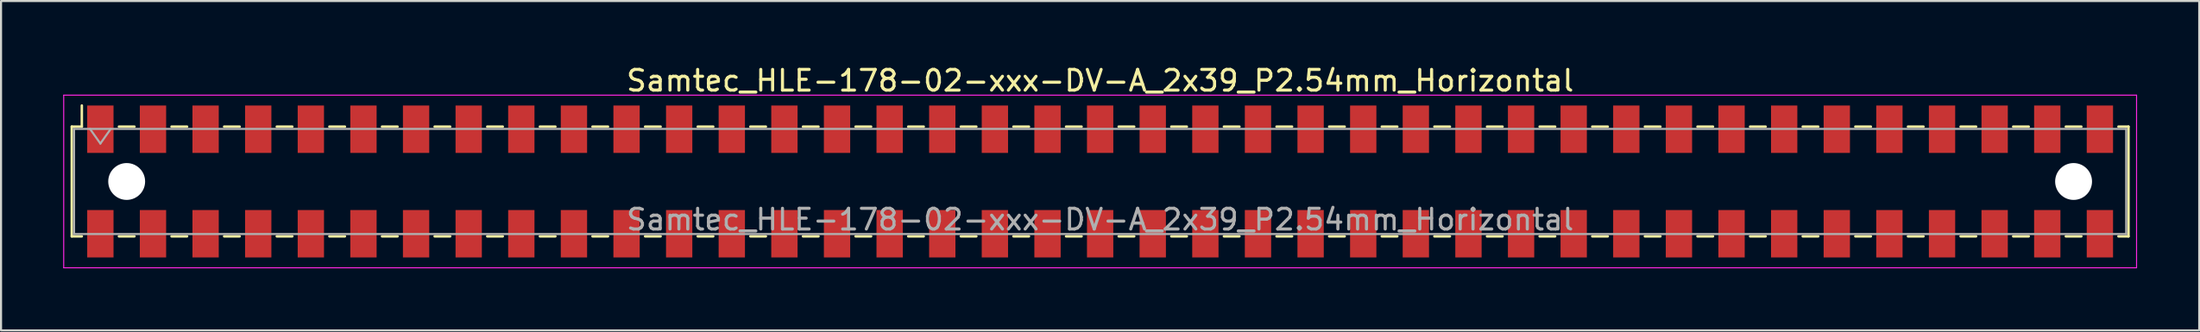
<source format=kicad_pcb>
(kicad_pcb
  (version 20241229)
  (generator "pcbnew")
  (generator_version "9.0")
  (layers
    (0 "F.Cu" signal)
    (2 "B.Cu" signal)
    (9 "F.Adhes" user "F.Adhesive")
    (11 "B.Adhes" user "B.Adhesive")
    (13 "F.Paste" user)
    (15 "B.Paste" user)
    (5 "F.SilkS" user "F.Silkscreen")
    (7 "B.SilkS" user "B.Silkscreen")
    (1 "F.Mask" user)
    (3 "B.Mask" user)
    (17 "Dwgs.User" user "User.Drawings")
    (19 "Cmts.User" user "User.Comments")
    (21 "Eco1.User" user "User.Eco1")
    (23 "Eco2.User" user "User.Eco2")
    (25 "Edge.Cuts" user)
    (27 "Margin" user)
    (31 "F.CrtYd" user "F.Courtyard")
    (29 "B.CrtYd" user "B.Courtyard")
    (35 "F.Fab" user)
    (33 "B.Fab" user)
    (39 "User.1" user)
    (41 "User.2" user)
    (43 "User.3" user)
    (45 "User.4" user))
  (footprint "Samtec_HLE-178-02-xxx-DV-A_2x39_P2.54mm_Horizontal"
    (layer "F.Cu")
    (at 50.055 5.718)
    (property "Reference" "Samtec_HLE-178-02-xxx-DV-A_2x39_P2.54mm_Horizontal" (at 0 -4.87 0) (layer "F.SilkS") (effects (font (size 1 1) (thickness 0.15))))
    (attr smd)
    (fp_line (start -49.64 -2.65) (end -49.64 2.65) (stroke (width 0.12) (type solid)) (layer "F.SilkS"))
    (fp_line (start -49.64 2.65) (end -49.155 2.65) (stroke (width 0.12) (type solid)) (layer "F.SilkS"))
    (fp_line (start -49.155 -3.67) (end -49.155 -2.65) (stroke (width 0.12) (type solid)) (layer "F.SilkS"))
    (fp_line (start -49.155 -2.65) (end -49.64 -2.65) (stroke (width 0.12) (type solid)) (layer "F.SilkS"))
    (fp_line (start -47.365 -2.65) (end -46.615 -2.65) (stroke (width 0.12) (type solid)) (layer "F.SilkS"))
    (fp_line (start -47.365 2.65) (end -46.615 2.65) (stroke (width 0.12) (type solid)) (layer "F.SilkS"))
    (fp_line (start -44.825 -2.65) (end -44.075 -2.65) (stroke (width 0.12) (type solid)) (layer "F.SilkS"))
    (fp_line (start -44.825 2.65) (end -44.075 2.65) (stroke (width 0.12) (type solid)) (layer "F.SilkS"))
    (fp_line (start -42.285 -2.65) (end -41.535 -2.65) (stroke (width 0.12) (type solid)) (layer "F.SilkS"))
    (fp_line (start -42.285 2.65) (end -41.535 2.65) (stroke (width 0.12) (type solid)) (layer "F.SilkS"))
    (fp_line (start -39.745 -2.65) (end -38.995 -2.65) (stroke (width 0.12) (type solid)) (layer "F.SilkS"))
    (fp_line (start -39.745 2.65) (end -38.995 2.65) (stroke (width 0.12) (type solid)) (layer "F.SilkS"))
    (fp_line (start -37.205 -2.65) (end -36.455 -2.65) (stroke (width 0.12) (type solid)) (layer "F.SilkS"))
    (fp_line (start -37.205 2.65) (end -36.455 2.65) (stroke (width 0.12) (type solid)) (layer "F.SilkS"))
    (fp_line (start -34.665 -2.65) (end -33.915 -2.65) (stroke (width 0.12) (type solid)) (layer "F.SilkS"))
    (fp_line (start -34.665 2.65) (end -33.915 2.65) (stroke (width 0.12) (type solid)) (layer "F.SilkS"))
    (fp_line (start -32.125 -2.65) (end -31.375 -2.65) (stroke (width 0.12) (type solid)) (layer "F.SilkS"))
    (fp_line (start -32.125 2.65) (end -31.375 2.65) (stroke (width 0.12) (type solid)) (layer "F.SilkS"))
    (fp_line (start -29.585 -2.65) (end -28.835 -2.65) (stroke (width 0.12) (type solid)) (layer "F.SilkS"))
    (fp_line (start -29.585 2.65) (end -28.835 2.65) (stroke (width 0.12) (type solid)) (layer "F.SilkS"))
    (fp_line (start -27.045 -2.65) (end -26.295 -2.65) (stroke (width 0.12) (type solid)) (layer "F.SilkS"))
    (fp_line (start -27.045 2.65) (end -26.295 2.65) (stroke (width 0.12) (type solid)) (layer "F.SilkS"))
    (fp_line (start -24.505 -2.65) (end -23.755 -2.65) (stroke (width 0.12) (type solid)) (layer "F.SilkS"))
    (fp_line (start -24.505 2.65) (end -23.755 2.65) (stroke (width 0.12) (type solid)) (layer "F.SilkS"))
    (fp_line (start -21.965 -2.65) (end -21.215 -2.65) (stroke (width 0.12) (type solid)) (layer "F.SilkS"))
    (fp_line (start -21.965 2.65) (end -21.215 2.65) (stroke (width 0.12) (type solid)) (layer "F.SilkS"))
    (fp_line (start -19.425 -2.65) (end -18.675 -2.65) (stroke (width 0.12) (type solid)) (layer "F.SilkS"))
    (fp_line (start -19.425 2.65) (end -18.675 2.65) (stroke (width 0.12) (type solid)) (layer "F.SilkS"))
    (fp_line (start -16.885 -2.65) (end -16.135 -2.65) (stroke (width 0.12) (type solid)) (layer "F.SilkS"))
    (fp_line (start -16.885 2.65) (end -16.135 2.65) (stroke (width 0.12) (type solid)) (layer "F.SilkS"))
    (fp_line (start -14.345 -2.65) (end -13.595 -2.65) (stroke (width 0.12) (type solid)) (layer "F.SilkS"))
    (fp_line (start -14.345 2.65) (end -13.595 2.65) (stroke (width 0.12) (type solid)) (layer "F.SilkS"))
    (fp_line (start -11.805 -2.65) (end -11.055 -2.65) (stroke (width 0.12) (type solid)) (layer "F.SilkS"))
    (fp_line (start -11.805 2.65) (end -11.055 2.65) (stroke (width 0.12) (type solid)) (layer "F.SilkS"))
    (fp_line (start -9.265 -2.65) (end -8.515 -2.65) (stroke (width 0.12) (type solid)) (layer "F.SilkS"))
    (fp_line (start -9.265 2.65) (end -8.515 2.65) (stroke (width 0.12) (type solid)) (layer "F.SilkS"))
    (fp_line (start -6.725 -2.65) (end -5.975 -2.65) (stroke (width 0.12) (type solid)) (layer "F.SilkS"))
    (fp_line (start -6.725 2.65) (end -5.975 2.65) (stroke (width 0.12) (type solid)) (layer "F.SilkS"))
    (fp_line (start -4.185 -2.65) (end -3.435 -2.65) (stroke (width 0.12) (type solid)) (layer "F.SilkS"))
    (fp_line (start -4.185 2.65) (end -3.435 2.65) (stroke (width 0.12) (type solid)) (layer "F.SilkS"))
    (fp_line (start -1.645 -2.65) (end -0.895 -2.65) (stroke (width 0.12) (type solid)) (layer "F.SilkS"))
    (fp_line (start -1.645 2.65) (end -0.895 2.65) (stroke (width 0.12) (type solid)) (layer "F.SilkS"))
    (fp_line (start 0.895 -2.65) (end 1.645 -2.65) (stroke (width 0.12) (type solid)) (layer "F.SilkS"))
    (fp_line (start 0.895 2.65) (end 1.645 2.65) (stroke (width 0.12) (type solid)) (layer "F.SilkS"))
    (fp_line (start 3.435 -2.65) (end 4.185 -2.65) (stroke (width 0.12) (type solid)) (layer "F.SilkS"))
    (fp_line (start 3.435 2.65) (end 4.185 2.65) (stroke (width 0.12) (type solid)) (layer "F.SilkS"))
    (fp_line (start 5.975 -2.65) (end 6.725 -2.65) (stroke (width 0.12) (type solid)) (layer "F.SilkS"))
    (fp_line (start 5.975 2.65) (end 6.725 2.65) (stroke (width 0.12) (type solid)) (layer "F.SilkS"))
    (fp_line (start 8.515 -2.65) (end 9.265 -2.65) (stroke (width 0.12) (type solid)) (layer "F.SilkS"))
    (fp_line (start 8.515 2.65) (end 9.265 2.65) (stroke (width 0.12) (type solid)) (layer "F.SilkS"))
    (fp_line (start 11.055 -2.65) (end 11.805 -2.65) (stroke (width 0.12) (type solid)) (layer "F.SilkS"))
    (fp_line (start 11.055 2.65) (end 11.805 2.65) (stroke (width 0.12) (type solid)) (layer "F.SilkS"))
    (fp_line (start 13.595 -2.65) (end 14.345 -2.65) (stroke (width 0.12) (type solid)) (layer "F.SilkS"))
    (fp_line (start 13.595 2.65) (end 14.345 2.65) (stroke (width 0.12) (type solid)) (layer "F.SilkS"))
    (fp_line (start 16.135 -2.65) (end 16.885 -2.65) (stroke (width 0.12) (type solid)) (layer "F.SilkS"))
    (fp_line (start 16.135 2.65) (end 16.885 2.65) (stroke (width 0.12) (type solid)) (layer "F.SilkS"))
    (fp_line (start 18.675 -2.65) (end 19.425 -2.65) (stroke (width 0.12) (type solid)) (layer "F.SilkS"))
    (fp_line (start 18.675 2.65) (end 19.425 2.65) (stroke (width 0.12) (type solid)) (layer "F.SilkS"))
    (fp_line (start 21.215 -2.65) (end 21.965 -2.65) (stroke (width 0.12) (type solid)) (layer "F.SilkS"))
    (fp_line (start 21.215 2.65) (end 21.965 2.65) (stroke (width 0.12) (type solid)) (layer "F.SilkS"))
    (fp_line (start 23.755 -2.65) (end 24.505 -2.65) (stroke (width 0.12) (type solid)) (layer "F.SilkS"))
    (fp_line (start 23.755 2.65) (end 24.505 2.65) (stroke (width 0.12) (type solid)) (layer "F.SilkS"))
    (fp_line (start 26.295 -2.65) (end 27.045 -2.65) (stroke (width 0.12) (type solid)) (layer "F.SilkS"))
    (fp_line (start 26.295 2.65) (end 27.045 2.65) (stroke (width 0.12) (type solid)) (layer "F.SilkS"))
    (fp_line (start 28.835 -2.65) (end 29.585 -2.65) (stroke (width 0.12) (type solid)) (layer "F.SilkS"))
    (fp_line (start 28.835 2.65) (end 29.585 2.65) (stroke (width 0.12) (type solid)) (layer "F.SilkS"))
    (fp_line (start 31.375 -2.65) (end 32.125 -2.65) (stroke (width 0.12) (type solid)) (layer "F.SilkS"))
    (fp_line (start 31.375 2.65) (end 32.125 2.65) (stroke (width 0.12) (type solid)) (layer "F.SilkS"))
    (fp_line (start 33.915 -2.65) (end 34.665 -2.65) (stroke (width 0.12) (type solid)) (layer "F.SilkS"))
    (fp_line (start 33.915 2.65) (end 34.665 2.65) (stroke (width 0.12) (type solid)) (layer "F.SilkS"))
    (fp_line (start 36.455 -2.65) (end 37.205 -2.65) (stroke (width 0.12) (type solid)) (layer "F.SilkS"))
    (fp_line (start 36.455 2.65) (end 37.205 2.65) (stroke (width 0.12) (type solid)) (layer "F.SilkS"))
    (fp_line (start 38.995 -2.65) (end 39.745 -2.65) (stroke (width 0.12) (type solid)) (layer "F.SilkS"))
    (fp_line (start 38.995 2.65) (end 39.745 2.65) (stroke (width 0.12) (type solid)) (layer "F.SilkS"))
    (fp_line (start 41.535 -2.65) (end 42.285 -2.65) (stroke (width 0.12) (type solid)) (layer "F.SilkS"))
    (fp_line (start 41.535 2.65) (end 42.285 2.65) (stroke (width 0.12) (type solid)) (layer "F.SilkS"))
    (fp_line (start 44.075 -2.65) (end 44.825 -2.65) (stroke (width 0.12) (type solid)) (layer "F.SilkS"))
    (fp_line (start 44.075 2.65) (end 44.825 2.65) (stroke (width 0.12) (type solid)) (layer "F.SilkS"))
    (fp_line (start 46.615 -2.65) (end 47.365 -2.65) (stroke (width 0.12) (type solid)) (layer "F.SilkS"))
    (fp_line (start 46.615 2.65) (end 47.365 2.65) (stroke (width 0.12) (type solid)) (layer "F.SilkS"))
    (fp_line (start 49.155 -2.65) (end 49.64 -2.65) (stroke (width 0.12) (type solid)) (layer "F.SilkS"))
    (fp_line (start 49.64 -2.65) (end 49.64 2.65) (stroke (width 0.12) (type solid)) (layer "F.SilkS"))
    (fp_line (start 49.64 2.65) (end 49.155 2.65) (stroke (width 0.12) (type solid)) (layer "F.SilkS"))
    (fp_line (start -50.03 -4.17) (end 50.03 -4.17) (stroke (width 0.05) (type solid)) (layer "F.CrtYd"))
    (fp_line (start -50.03 4.17) (end -50.03 -4.17) (stroke (width 0.05) (type solid)) (layer "F.CrtYd"))
    (fp_line (start 50.03 -4.17) (end 50.03 4.17) (stroke (width 0.05) (type solid)) (layer "F.CrtYd"))
    (fp_line (start 50.03 4.17) (end -50.03 4.17) (stroke (width 0.05) (type solid)) (layer "F.CrtYd"))
    (fp_line (start -49.53 -2.54) (end 49.53 -2.54) (stroke (width 0.1) (type solid)) (layer "F.Fab"))
    (fp_line (start -49.53 2.54) (end -49.53 -2.54) (stroke (width 0.1) (type solid)) (layer "F.Fab"))
    (fp_line (start -48.76 -2.54) (end -48.26 -1.833) (stroke (width 0.1) (type solid)) (layer "F.Fab"))
    (fp_line (start -48.26 -1.833) (end -47.76 -2.54) (stroke (width 0.1) (type solid)) (layer "F.Fab"))
    (fp_line (start 49.53 -2.54) (end 49.53 2.54) (stroke (width 0.1) (type solid)) (layer "F.Fab"))
    (fp_line (start 49.53 2.54) (end -49.53 2.54) (stroke (width 0.1) (type solid)) (layer "F.Fab"))
    (fp_text user "${REFERENCE}" (at 0 1.84 0) (layer "F.Fab") (effects (font (size 1 1) (thickness 0.15))))
    (pad "" np_thru_hole circle (at -46.99 0) (size 1.78 1.78) (drill 1.78) (layers "*.Cu" "*.Mask"))
    (pad "" np_thru_hole circle (at 46.99 0) (size 1.78 1.78) (drill 1.78) (layers "*.Cu" "*.Mask"))
    (pad "1" smd rect (at -48.26 -2.525) (size 1.27 2.29) (layers "F.Cu" "F.Mask" "F.Paste"))
    (pad "2" smd rect (at -48.26 2.525) (size 1.27 2.29) (layers "F.Cu" "F.Mask" "F.Paste"))
    (pad "3" smd rect (at -45.72 -2.525) (size 1.27 2.29) (layers "F.Cu" "F.Mask" "F.Paste"))
    (pad "4" smd rect (at -45.72 2.525) (size 1.27 2.29) (layers "F.Cu" "F.Mask" "F.Paste"))
    (pad "5" smd rect (at -43.18 -2.525) (size 1.27 2.29) (layers "F.Cu" "F.Mask" "F.Paste"))
    (pad "6" smd rect (at -43.18 2.525) (size 1.27 2.29) (layers "F.Cu" "F.Mask" "F.Paste"))
    (pad "7" smd rect (at -40.64 -2.525) (size 1.27 2.29) (layers "F.Cu" "F.Mask" "F.Paste"))
    (pad "8" smd rect (at -40.64 2.525) (size 1.27 2.29) (layers "F.Cu" "F.Mask" "F.Paste"))
    (pad "9" smd rect (at -38.1 -2.525) (size 1.27 2.29) (layers "F.Cu" "F.Mask" "F.Paste"))
    (pad "10" smd rect (at -38.1 2.525) (size 1.27 2.29) (layers "F.Cu" "F.Mask" "F.Paste"))
    (pad "11" smd rect (at -35.56 -2.525) (size 1.27 2.29) (layers "F.Cu" "F.Mask" "F.Paste"))
    (pad "12" smd rect (at -35.56 2.525) (size 1.27 2.29) (layers "F.Cu" "F.Mask" "F.Paste"))
    (pad "13" smd rect (at -33.02 -2.525) (size 1.27 2.29) (layers "F.Cu" "F.Mask" "F.Paste"))
    (pad "14" smd rect (at -33.02 2.525) (size 1.27 2.29) (layers "F.Cu" "F.Mask" "F.Paste"))
    (pad "15" smd rect (at -30.48 -2.525) (size 1.27 2.29) (layers "F.Cu" "F.Mask" "F.Paste"))
    (pad "16" smd rect (at -30.48 2.525) (size 1.27 2.29) (layers "F.Cu" "F.Mask" "F.Paste"))
    (pad "17" smd rect (at -27.94 -2.525) (size 1.27 2.29) (layers "F.Cu" "F.Mask" "F.Paste"))
    (pad "18" smd rect (at -27.94 2.525) (size 1.27 2.29) (layers "F.Cu" "F.Mask" "F.Paste"))
    (pad "19" smd rect (at -25.4 -2.525) (size 1.27 2.29) (layers "F.Cu" "F.Mask" "F.Paste"))
    (pad "20" smd rect (at -25.4 2.525) (size 1.27 2.29) (layers "F.Cu" "F.Mask" "F.Paste"))
    (pad "21" smd rect (at -22.86 -2.525) (size 1.27 2.29) (layers "F.Cu" "F.Mask" "F.Paste"))
    (pad "22" smd rect (at -22.86 2.525) (size 1.27 2.29) (layers "F.Cu" "F.Mask" "F.Paste"))
    (pad "23" smd rect (at -20.32 -2.525) (size 1.27 2.29) (layers "F.Cu" "F.Mask" "F.Paste"))
    (pad "24" smd rect (at -20.32 2.525) (size 1.27 2.29) (layers "F.Cu" "F.Mask" "F.Paste"))
    (pad "25" smd rect (at -17.78 -2.525) (size 1.27 2.29) (layers "F.Cu" "F.Mask" "F.Paste"))
    (pad "26" smd rect (at -17.78 2.525) (size 1.27 2.29) (layers "F.Cu" "F.Mask" "F.Paste"))
    (pad "27" smd rect (at -15.24 -2.525) (size 1.27 2.29) (layers "F.Cu" "F.Mask" "F.Paste"))
    (pad "28" smd rect (at -15.24 2.525) (size 1.27 2.29) (layers "F.Cu" "F.Mask" "F.Paste"))
    (pad "29" smd rect (at -12.7 -2.525) (size 1.27 2.29) (layers "F.Cu" "F.Mask" "F.Paste"))
    (pad "30" smd rect (at -12.7 2.525) (size 1.27 2.29) (layers "F.Cu" "F.Mask" "F.Paste"))
    (pad "31" smd rect (at -10.16 -2.525) (size 1.27 2.29) (layers "F.Cu" "F.Mask" "F.Paste"))
    (pad "32" smd rect (at -10.16 2.525) (size 1.27 2.29) (layers "F.Cu" "F.Mask" "F.Paste"))
    (pad "33" smd rect (at -7.62 -2.525) (size 1.27 2.29) (layers "F.Cu" "F.Mask" "F.Paste"))
    (pad "34" smd rect (at -7.62 2.525) (size 1.27 2.29) (layers "F.Cu" "F.Mask" "F.Paste"))
    (pad "35" smd rect (at -5.08 -2.525) (size 1.27 2.29) (layers "F.Cu" "F.Mask" "F.Paste"))
    (pad "36" smd rect (at -5.08 2.525) (size 1.27 2.29) (layers "F.Cu" "F.Mask" "F.Paste"))
    (pad "37" smd rect (at -2.54 -2.525) (size 1.27 2.29) (layers "F.Cu" "F.Mask" "F.Paste"))
    (pad "38" smd rect (at -2.54 2.525) (size 1.27 2.29) (layers "F.Cu" "F.Mask" "F.Paste"))
    (pad "39" smd rect (at 0 -2.525) (size 1.27 2.29) (layers "F.Cu" "F.Mask" "F.Paste"))
    (pad "40" smd rect (at 0 2.525) (size 1.27 2.29) (layers "F.Cu" "F.Mask" "F.Paste"))
    (pad "41" smd rect (at 2.54 -2.525) (size 1.27 2.29) (layers "F.Cu" "F.Mask" "F.Paste"))
    (pad "42" smd rect (at 2.54 2.525) (size 1.27 2.29) (layers "F.Cu" "F.Mask" "F.Paste"))
    (pad "43" smd rect (at 5.08 -2.525) (size 1.27 2.29) (layers "F.Cu" "F.Mask" "F.Paste"))
    (pad "44" smd rect (at 5.08 2.525) (size 1.27 2.29) (layers "F.Cu" "F.Mask" "F.Paste"))
    (pad "45" smd rect (at 7.62 -2.525) (size 1.27 2.29) (layers "F.Cu" "F.Mask" "F.Paste"))
    (pad "46" smd rect (at 7.62 2.525) (size 1.27 2.29) (layers "F.Cu" "F.Mask" "F.Paste"))
    (pad "47" smd rect (at 10.16 -2.525) (size 1.27 2.29) (layers "F.Cu" "F.Mask" "F.Paste"))
    (pad "48" smd rect (at 10.16 2.525) (size 1.27 2.29) (layers "F.Cu" "F.Mask" "F.Paste"))
    (pad "49" smd rect (at 12.7 -2.525) (size 1.27 2.29) (layers "F.Cu" "F.Mask" "F.Paste"))
    (pad "50" smd rect (at 12.7 2.525) (size 1.27 2.29) (layers "F.Cu" "F.Mask" "F.Paste"))
    (pad "51" smd rect (at 15.24 -2.525) (size 1.27 2.29) (layers "F.Cu" "F.Mask" "F.Paste"))
    (pad "52" smd rect (at 15.24 2.525) (size 1.27 2.29) (layers "F.Cu" "F.Mask" "F.Paste"))
    (pad "53" smd rect (at 17.78 -2.525) (size 1.27 2.29) (layers "F.Cu" "F.Mask" "F.Paste"))
    (pad "54" smd rect (at 17.78 2.525) (size 1.27 2.29) (layers "F.Cu" "F.Mask" "F.Paste"))
    (pad "55" smd rect (at 20.32 -2.525) (size 1.27 2.29) (layers "F.Cu" "F.Mask" "F.Paste"))
    (pad "56" smd rect (at 20.32 2.525) (size 1.27 2.29) (layers "F.Cu" "F.Mask" "F.Paste"))
    (pad "57" smd rect (at 22.86 -2.525) (size 1.27 2.29) (layers "F.Cu" "F.Mask" "F.Paste"))
    (pad "58" smd rect (at 22.86 2.525) (size 1.27 2.29) (layers "F.Cu" "F.Mask" "F.Paste"))
    (pad "59" smd rect (at 25.4 -2.525) (size 1.27 2.29) (layers "F.Cu" "F.Mask" "F.Paste"))
    (pad "60" smd rect (at 25.4 2.525) (size 1.27 2.29) (layers "F.Cu" "F.Mask" "F.Paste"))
    (pad "61" smd rect (at 27.94 -2.525) (size 1.27 2.29) (layers "F.Cu" "F.Mask" "F.Paste"))
    (pad "62" smd rect (at 27.94 2.525) (size 1.27 2.29) (layers "F.Cu" "F.Mask" "F.Paste"))
    (pad "63" smd rect (at 30.48 -2.525) (size 1.27 2.29) (layers "F.Cu" "F.Mask" "F.Paste"))
    (pad "64" smd rect (at 30.48 2.525) (size 1.27 2.29) (layers "F.Cu" "F.Mask" "F.Paste"))
    (pad "65" smd rect (at 33.02 -2.525) (size 1.27 2.29) (layers "F.Cu" "F.Mask" "F.Paste"))
    (pad "66" smd rect (at 33.02 2.525) (size 1.27 2.29) (layers "F.Cu" "F.Mask" "F.Paste"))
    (pad "67" smd rect (at 35.56 -2.525) (size 1.27 2.29) (layers "F.Cu" "F.Mask" "F.Paste"))
    (pad "68" smd rect (at 35.56 2.525) (size 1.27 2.29) (layers "F.Cu" "F.Mask" "F.Paste"))
    (pad "69" smd rect (at 38.1 -2.525) (size 1.27 2.29) (layers "F.Cu" "F.Mask" "F.Paste"))
    (pad "70" smd rect (at 38.1 2.525) (size 1.27 2.29) (layers "F.Cu" "F.Mask" "F.Paste"))
    (pad "71" smd rect (at 40.64 -2.525) (size 1.27 2.29) (layers "F.Cu" "F.Mask" "F.Paste"))
    (pad "72" smd rect (at 40.64 2.525) (size 1.27 2.29) (layers "F.Cu" "F.Mask" "F.Paste"))
    (pad "73" smd rect (at 43.18 -2.525) (size 1.27 2.29) (layers "F.Cu" "F.Mask" "F.Paste"))
    (pad "74" smd rect (at 43.18 2.525) (size 1.27 2.29) (layers "F.Cu" "F.Mask" "F.Paste"))
    (pad "75" smd rect (at 45.72 -2.525) (size 1.27 2.29) (layers "F.Cu" "F.Mask" "F.Paste"))
    (pad "76" smd rect (at 45.72 2.525) (size 1.27 2.29) (layers "F.Cu" "F.Mask" "F.Paste"))
    (pad "77" smd rect (at 48.26 -2.525) (size 1.27 2.29) (layers "F.Cu" "F.Mask" "F.Paste"))
    (pad "78" smd rect (at 48.26 2.525) (size 1.27 2.29) (layers "F.Cu" "F.Mask" "F.Paste")))
  (gr_rect
    (start -3 -3)
    (end 103.11 12.913)
    (stroke (width 0.1) (type default))
    (fill no)
    (layer "Edge.Cuts")))
</source>
